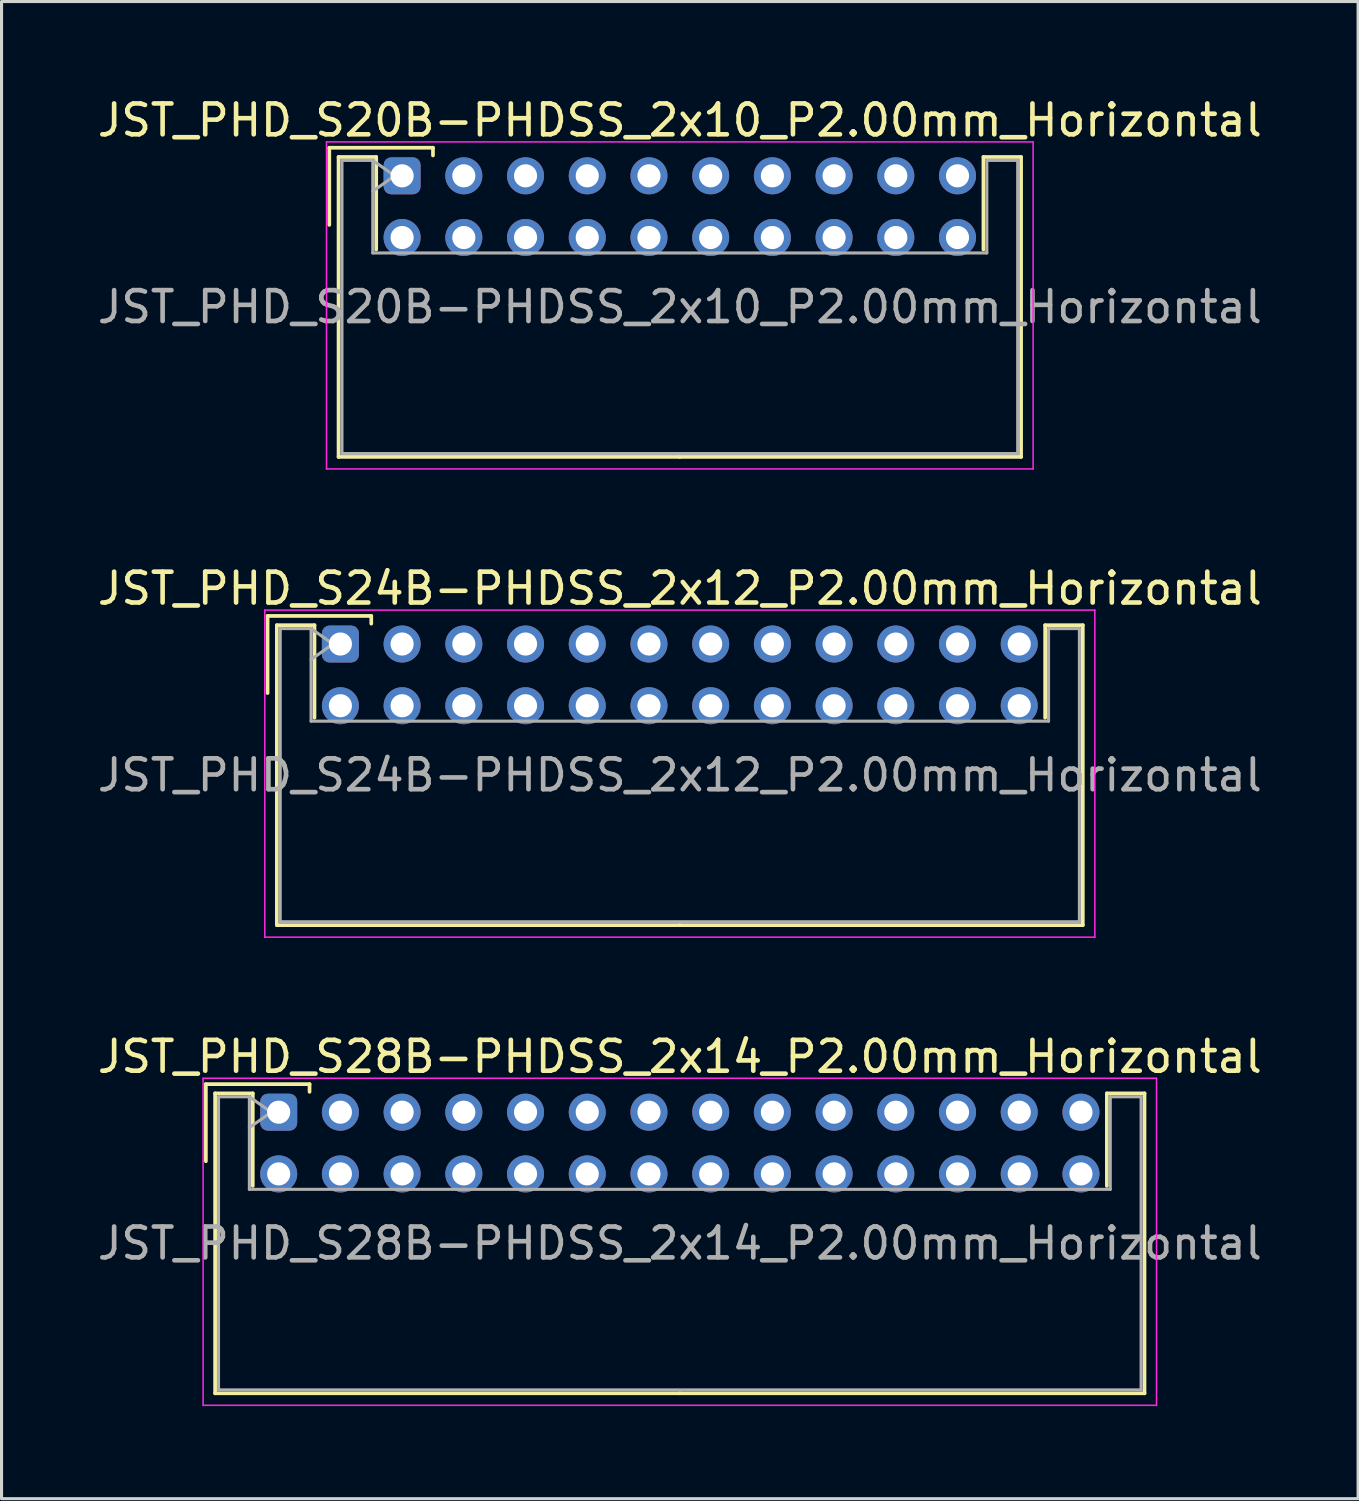
<source format=kicad_pcb>
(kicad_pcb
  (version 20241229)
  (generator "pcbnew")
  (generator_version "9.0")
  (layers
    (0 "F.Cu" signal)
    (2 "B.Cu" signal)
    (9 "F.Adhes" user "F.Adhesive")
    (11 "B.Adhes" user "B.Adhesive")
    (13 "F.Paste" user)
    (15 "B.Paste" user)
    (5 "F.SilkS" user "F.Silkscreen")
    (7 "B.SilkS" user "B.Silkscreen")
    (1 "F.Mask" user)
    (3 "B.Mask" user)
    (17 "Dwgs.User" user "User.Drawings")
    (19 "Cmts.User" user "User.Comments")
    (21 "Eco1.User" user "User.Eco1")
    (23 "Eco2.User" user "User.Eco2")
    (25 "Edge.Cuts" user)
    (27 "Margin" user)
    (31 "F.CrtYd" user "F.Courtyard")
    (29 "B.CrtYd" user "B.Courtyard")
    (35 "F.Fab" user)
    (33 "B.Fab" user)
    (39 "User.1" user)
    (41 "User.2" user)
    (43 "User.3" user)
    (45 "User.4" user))
  (footprint "JST_PHD_S20B-PHDSS_2x10_P2.00mm_Horizontal"
    (layer "F.Cu")
    (at 9.982 2.648)
    (property "Reference" "JST_PHD_S20B-PHDSS_2x10_P2.00mm_Horizontal" (at 9 -1.8 0) (layer "F.SilkS") (effects (font (size 1 1) (thickness 0.15))))
    (attr through_hole)
    (fp_line (start -2.36 -0.91) (end -2.36 1.59) (stroke (width 0.12) (type solid)) (layer "F.SilkS"))
    (fp_line (start -2.06 -0.61) (end -2.06 9.11) (stroke (width 0.12) (type solid)) (layer "F.SilkS"))
    (fp_line (start -2.06 9.11) (end 9 9.11) (stroke (width 0.12) (type solid)) (layer "F.SilkS"))
    (fp_line (start -0.84 -0.61) (end -2.06 -0.61) (stroke (width 0.12) (type solid)) (layer "F.SilkS"))
    (fp_line (start -0.84 2.39) (end -0.84 -0.61) (stroke (width 0.12) (type solid)) (layer "F.SilkS"))
    (fp_line (start 1 -0.91) (end -2.36 -0.91) (stroke (width 0.12) (type solid)) (layer "F.SilkS"))
    (fp_line (start 1 -0.66) (end 1 -0.91) (stroke (width 0.12) (type solid)) (layer "F.SilkS"))
    (fp_line (start 18.84 -0.61) (end 20.06 -0.61) (stroke (width 0.12) (type solid)) (layer "F.SilkS"))
    (fp_line (start 18.84 2.39) (end 18.84 -0.61) (stroke (width 0.12) (type solid)) (layer "F.SilkS"))
    (fp_line (start 20.06 -0.61) (end 20.06 9.11) (stroke (width 0.12) (type solid)) (layer "F.SilkS"))
    (fp_line (start 20.06 9.11) (end 9 9.11) (stroke (width 0.12) (type solid)) (layer "F.SilkS"))
    (fp_line (start -2.45 -1.1) (end -2.45 9.5) (stroke (width 0.05) (type solid)) (layer "F.CrtYd"))
    (fp_line (start -2.45 9.5) (end 20.45 9.5) (stroke (width 0.05) (type solid)) (layer "F.CrtYd"))
    (fp_line (start 20.45 -1.1) (end -2.45 -1.1) (stroke (width 0.05) (type solid)) (layer "F.CrtYd"))
    (fp_line (start 20.45 9.5) (end 20.45 -1.1) (stroke (width 0.05) (type solid)) (layer "F.CrtYd"))
    (fp_line (start -1.95 -0.5) (end -0.95 -0.5) (stroke (width 0.1) (type solid)) (layer "F.Fab"))
    (fp_line (start -1.95 9) (end -1.95 -0.5) (stroke (width 0.1) (type solid)) (layer "F.Fab"))
    (fp_line (start -0.95 -0.5) (end -0.95 2.5) (stroke (width 0.1) (type solid)) (layer "F.Fab"))
    (fp_line (start -0.95 -0.5) (end -0.243 0) (stroke (width 0.1) (type solid)) (layer "F.Fab"))
    (fp_line (start -0.95 2.5) (end 18.95 2.5) (stroke (width 0.1) (type solid)) (layer "F.Fab"))
    (fp_line (start -0.243 0) (end -0.95 0.5) (stroke (width 0.1) (type solid)) (layer "F.Fab"))
    (fp_line (start 18.95 -0.5) (end 19.95 -0.5) (stroke (width 0.1) (type solid)) (layer "F.Fab"))
    (fp_line (start 18.95 2.5) (end 18.95 -0.5) (stroke (width 0.1) (type solid)) (layer "F.Fab"))
    (fp_line (start 19.95 -0.5) (end 19.95 9) (stroke (width 0.1) (type solid)) (layer "F.Fab"))
    (fp_line (start 19.95 9) (end -1.95 9) (stroke (width 0.1) (type solid)) (layer "F.Fab"))
    (fp_text user "${REFERENCE}" (at 9 4.25 0) (layer "F.Fab") (effects (font (size 1 1) (thickness 0.15))))
    (pad "1" thru_hole roundrect (at 0 0) (size 1.2 1.2) (drill 0.75) (layers "*.Cu" "*.Mask") (roundrect_rratio 0.208))
    (pad "2" thru_hole circle (at 0 2) (size 1.2 1.2) (drill 0.75) (layers "*.Cu" "*.Mask"))
    (pad "3" thru_hole circle (at 2 0) (size 1.2 1.2) (drill 0.75) (layers "*.Cu" "*.Mask"))
    (pad "4" thru_hole circle (at 2 2) (size 1.2 1.2) (drill 0.75) (layers "*.Cu" "*.Mask"))
    (pad "5" thru_hole circle (at 4 0) (size 1.2 1.2) (drill 0.75) (layers "*.Cu" "*.Mask"))
    (pad "6" thru_hole circle (at 4 2) (size 1.2 1.2) (drill 0.75) (layers "*.Cu" "*.Mask"))
    (pad "7" thru_hole circle (at 6 0) (size 1.2 1.2) (drill 0.75) (layers "*.Cu" "*.Mask"))
    (pad "8" thru_hole circle (at 6 2) (size 1.2 1.2) (drill 0.75) (layers "*.Cu" "*.Mask"))
    (pad "9" thru_hole circle (at 8 0) (size 1.2 1.2) (drill 0.75) (layers "*.Cu" "*.Mask"))
    (pad "10" thru_hole circle (at 8 2) (size 1.2 1.2) (drill 0.75) (layers "*.Cu" "*.Mask"))
    (pad "11" thru_hole circle (at 10 0) (size 1.2 1.2) (drill 0.75) (layers "*.Cu" "*.Mask"))
    (pad "12" thru_hole circle (at 10 2) (size 1.2 1.2) (drill 0.75) (layers "*.Cu" "*.Mask"))
    (pad "13" thru_hole circle (at 12 0) (size 1.2 1.2) (drill 0.75) (layers "*.Cu" "*.Mask"))
    (pad "14" thru_hole circle (at 12 2) (size 1.2 1.2) (drill 0.75) (layers "*.Cu" "*.Mask"))
    (pad "15" thru_hole circle (at 14 0) (size 1.2 1.2) (drill 0.75) (layers "*.Cu" "*.Mask"))
    (pad "16" thru_hole circle (at 14 2) (size 1.2 1.2) (drill 0.75) (layers "*.Cu" "*.Mask"))
    (pad "17" thru_hole circle (at 16 0) (size 1.2 1.2) (drill 0.75) (layers "*.Cu" "*.Mask"))
    (pad "18" thru_hole circle (at 16 2) (size 1.2 1.2) (drill 0.75) (layers "*.Cu" "*.Mask"))
    (pad "19" thru_hole circle (at 18 0) (size 1.2 1.2) (drill 0.75) (layers "*.Cu" "*.Mask"))
    (pad "20" thru_hole circle (at 18 2) (size 1.2 1.2) (drill 0.75) (layers "*.Cu" "*.Mask")))
  (footprint "JST_PHD_S24B-PHDSS_2x12_P2.00mm_Horizontal"
    (layer "F.Cu")
    (at 7.982 17.822)
    (property "Reference" "JST_PHD_S24B-PHDSS_2x12_P2.00mm_Horizontal" (at 11 -1.8 0) (layer "F.SilkS") (effects (font (size 1 1) (thickness 0.15))))
    (attr through_hole)
    (fp_line (start -2.36 -0.91) (end -2.36 1.59) (stroke (width 0.12) (type solid)) (layer "F.SilkS"))
    (fp_line (start -2.06 -0.61) (end -2.06 9.11) (stroke (width 0.12) (type solid)) (layer "F.SilkS"))
    (fp_line (start -2.06 9.11) (end 11 9.11) (stroke (width 0.12) (type solid)) (layer "F.SilkS"))
    (fp_line (start -0.84 -0.61) (end -2.06 -0.61) (stroke (width 0.12) (type solid)) (layer "F.SilkS"))
    (fp_line (start -0.84 2.39) (end -0.84 -0.61) (stroke (width 0.12) (type solid)) (layer "F.SilkS"))
    (fp_line (start 1 -0.91) (end -2.36 -0.91) (stroke (width 0.12) (type solid)) (layer "F.SilkS"))
    (fp_line (start 1 -0.66) (end 1 -0.91) (stroke (width 0.12) (type solid)) (layer "F.SilkS"))
    (fp_line (start 22.84 -0.61) (end 24.06 -0.61) (stroke (width 0.12) (type solid)) (layer "F.SilkS"))
    (fp_line (start 22.84 2.39) (end 22.84 -0.61) (stroke (width 0.12) (type solid)) (layer "F.SilkS"))
    (fp_line (start 24.06 -0.61) (end 24.06 9.11) (stroke (width 0.12) (type solid)) (layer "F.SilkS"))
    (fp_line (start 24.06 9.11) (end 11 9.11) (stroke (width 0.12) (type solid)) (layer "F.SilkS"))
    (fp_line (start -2.45 -1.1) (end -2.45 9.5) (stroke (width 0.05) (type solid)) (layer "F.CrtYd"))
    (fp_line (start -2.45 9.5) (end 24.45 9.5) (stroke (width 0.05) (type solid)) (layer "F.CrtYd"))
    (fp_line (start 24.45 -1.1) (end -2.45 -1.1) (stroke (width 0.05) (type solid)) (layer "F.CrtYd"))
    (fp_line (start 24.45 9.5) (end 24.45 -1.1) (stroke (width 0.05) (type solid)) (layer "F.CrtYd"))
    (fp_line (start -1.95 -0.5) (end -0.95 -0.5) (stroke (width 0.1) (type solid)) (layer "F.Fab"))
    (fp_line (start -1.95 9) (end -1.95 -0.5) (stroke (width 0.1) (type solid)) (layer "F.Fab"))
    (fp_line (start -0.95 -0.5) (end -0.95 2.5) (stroke (width 0.1) (type solid)) (layer "F.Fab"))
    (fp_line (start -0.95 -0.5) (end -0.243 0) (stroke (width 0.1) (type solid)) (layer "F.Fab"))
    (fp_line (start -0.95 2.5) (end 22.95 2.5) (stroke (width 0.1) (type solid)) (layer "F.Fab"))
    (fp_line (start -0.243 0) (end -0.95 0.5) (stroke (width 0.1) (type solid)) (layer "F.Fab"))
    (fp_line (start 22.95 -0.5) (end 23.95 -0.5) (stroke (width 0.1) (type solid)) (layer "F.Fab"))
    (fp_line (start 22.95 2.5) (end 22.95 -0.5) (stroke (width 0.1) (type solid)) (layer "F.Fab"))
    (fp_line (start 23.95 -0.5) (end 23.95 9) (stroke (width 0.1) (type solid)) (layer "F.Fab"))
    (fp_line (start 23.95 9) (end -1.95 9) (stroke (width 0.1) (type solid)) (layer "F.Fab"))
    (fp_text user "${REFERENCE}" (at 11 4.25 0) (layer "F.Fab") (effects (font (size 1 1) (thickness 0.15))))
    (pad "1" thru_hole roundrect (at 0 0) (size 1.2 1.2) (drill 0.75) (layers "*.Cu" "*.Mask") (roundrect_rratio 0.208))
    (pad "2" thru_hole circle (at 0 2) (size 1.2 1.2) (drill 0.75) (layers "*.Cu" "*.Mask"))
    (pad "3" thru_hole circle (at 2 0) (size 1.2 1.2) (drill 0.75) (layers "*.Cu" "*.Mask"))
    (pad "4" thru_hole circle (at 2 2) (size 1.2 1.2) (drill 0.75) (layers "*.Cu" "*.Mask"))
    (pad "5" thru_hole circle (at 4 0) (size 1.2 1.2) (drill 0.75) (layers "*.Cu" "*.Mask"))
    (pad "6" thru_hole circle (at 4 2) (size 1.2 1.2) (drill 0.75) (layers "*.Cu" "*.Mask"))
    (pad "7" thru_hole circle (at 6 0) (size 1.2 1.2) (drill 0.75) (layers "*.Cu" "*.Mask"))
    (pad "8" thru_hole circle (at 6 2) (size 1.2 1.2) (drill 0.75) (layers "*.Cu" "*.Mask"))
    (pad "9" thru_hole circle (at 8 0) (size 1.2 1.2) (drill 0.75) (layers "*.Cu" "*.Mask"))
    (pad "10" thru_hole circle (at 8 2) (size 1.2 1.2) (drill 0.75) (layers "*.Cu" "*.Mask"))
    (pad "11" thru_hole circle (at 10 0) (size 1.2 1.2) (drill 0.75) (layers "*.Cu" "*.Mask"))
    (pad "12" thru_hole circle (at 10 2) (size 1.2 1.2) (drill 0.75) (layers "*.Cu" "*.Mask"))
    (pad "13" thru_hole circle (at 12 0) (size 1.2 1.2) (drill 0.75) (layers "*.Cu" "*.Mask"))
    (pad "14" thru_hole circle (at 12 2) (size 1.2 1.2) (drill 0.75) (layers "*.Cu" "*.Mask"))
    (pad "15" thru_hole circle (at 14 0) (size 1.2 1.2) (drill 0.75) (layers "*.Cu" "*.Mask"))
    (pad "16" thru_hole circle (at 14 2) (size 1.2 1.2) (drill 0.75) (layers "*.Cu" "*.Mask"))
    (pad "17" thru_hole circle (at 16 0) (size 1.2 1.2) (drill 0.75) (layers "*.Cu" "*.Mask"))
    (pad "18" thru_hole circle (at 16 2) (size 1.2 1.2) (drill 0.75) (layers "*.Cu" "*.Mask"))
    (pad "19" thru_hole circle (at 18 0) (size 1.2 1.2) (drill 0.75) (layers "*.Cu" "*.Mask"))
    (pad "20" thru_hole circle (at 18 2) (size 1.2 1.2) (drill 0.75) (layers "*.Cu" "*.Mask"))
    (pad "21" thru_hole circle (at 20 0) (size 1.2 1.2) (drill 0.75) (layers "*.Cu" "*.Mask"))
    (pad "22" thru_hole circle (at 20 2) (size 1.2 1.2) (drill 0.75) (layers "*.Cu" "*.Mask"))
    (pad "23" thru_hole circle (at 22 0) (size 1.2 1.2) (drill 0.75) (layers "*.Cu" "*.Mask"))
    (pad "24" thru_hole circle (at 22 2) (size 1.2 1.2) (drill 0.75) (layers "*.Cu" "*.Mask")))
  (footprint "JST_PHD_S28B-PHDSS_2x14_P2.00mm_Horizontal"
    (layer "F.Cu")
    (at 5.982 32.995)
    (property "Reference" "JST_PHD_S28B-PHDSS_2x14_P2.00mm_Horizontal" (at 13 -1.8 0) (layer "F.SilkS") (effects (font (size 1 1) (thickness 0.15))))
    (attr through_hole)
    (fp_line (start -2.36 -0.91) (end -2.36 1.59) (stroke (width 0.12) (type solid)) (layer "F.SilkS"))
    (fp_line (start -2.06 -0.61) (end -2.06 9.11) (stroke (width 0.12) (type solid)) (layer "F.SilkS"))
    (fp_line (start -2.06 9.11) (end 13 9.11) (stroke (width 0.12) (type solid)) (layer "F.SilkS"))
    (fp_line (start -0.84 -0.61) (end -2.06 -0.61) (stroke (width 0.12) (type solid)) (layer "F.SilkS"))
    (fp_line (start -0.84 2.39) (end -0.84 -0.61) (stroke (width 0.12) (type solid)) (layer "F.SilkS"))
    (fp_line (start 1 -0.91) (end -2.36 -0.91) (stroke (width 0.12) (type solid)) (layer "F.SilkS"))
    (fp_line (start 1 -0.66) (end 1 -0.91) (stroke (width 0.12) (type solid)) (layer "F.SilkS"))
    (fp_line (start 26.84 -0.61) (end 28.06 -0.61) (stroke (width 0.12) (type solid)) (layer "F.SilkS"))
    (fp_line (start 26.84 2.39) (end 26.84 -0.61) (stroke (width 0.12) (type solid)) (layer "F.SilkS"))
    (fp_line (start 28.06 -0.61) (end 28.06 9.11) (stroke (width 0.12) (type solid)) (layer "F.SilkS"))
    (fp_line (start 28.06 9.11) (end 13 9.11) (stroke (width 0.12) (type solid)) (layer "F.SilkS"))
    (fp_line (start -2.45 -1.1) (end -2.45 9.5) (stroke (width 0.05) (type solid)) (layer "F.CrtYd"))
    (fp_line (start -2.45 9.5) (end 28.45 9.5) (stroke (width 0.05) (type solid)) (layer "F.CrtYd"))
    (fp_line (start 28.45 -1.1) (end -2.45 -1.1) (stroke (width 0.05) (type solid)) (layer "F.CrtYd"))
    (fp_line (start 28.45 9.5) (end 28.45 -1.1) (stroke (width 0.05) (type solid)) (layer "F.CrtYd"))
    (fp_line (start -1.95 -0.5) (end -0.95 -0.5) (stroke (width 0.1) (type solid)) (layer "F.Fab"))
    (fp_line (start -1.95 9) (end -1.95 -0.5) (stroke (width 0.1) (type solid)) (layer "F.Fab"))
    (fp_line (start -0.95 -0.5) (end -0.95 2.5) (stroke (width 0.1) (type solid)) (layer "F.Fab"))
    (fp_line (start -0.95 -0.5) (end -0.243 0) (stroke (width 0.1) (type solid)) (layer "F.Fab"))
    (fp_line (start -0.95 2.5) (end 26.95 2.5) (stroke (width 0.1) (type solid)) (layer "F.Fab"))
    (fp_line (start -0.243 0) (end -0.95 0.5) (stroke (width 0.1) (type solid)) (layer "F.Fab"))
    (fp_line (start 26.95 -0.5) (end 27.95 -0.5) (stroke (width 0.1) (type solid)) (layer "F.Fab"))
    (fp_line (start 26.95 2.5) (end 26.95 -0.5) (stroke (width 0.1) (type solid)) (layer "F.Fab"))
    (fp_line (start 27.95 -0.5) (end 27.95 9) (stroke (width 0.1) (type solid)) (layer "F.Fab"))
    (fp_line (start 27.95 9) (end -1.95 9) (stroke (width 0.1) (type solid)) (layer "F.Fab"))
    (fp_text user "${REFERENCE}" (at 13 4.25 0) (layer "F.Fab") (effects (font (size 1 1) (thickness 0.15))))
    (pad "1" thru_hole roundrect (at 0 0) (size 1.2 1.2) (drill 0.75) (layers "*.Cu" "*.Mask") (roundrect_rratio 0.208))
    (pad "2" thru_hole circle (at 0 2) (size 1.2 1.2) (drill 0.75) (layers "*.Cu" "*.Mask"))
    (pad "3" thru_hole circle (at 2 0) (size 1.2 1.2) (drill 0.75) (layers "*.Cu" "*.Mask"))
    (pad "4" thru_hole circle (at 2 2) (size 1.2 1.2) (drill 0.75) (layers "*.Cu" "*.Mask"))
    (pad "5" thru_hole circle (at 4 0) (size 1.2 1.2) (drill 0.75) (layers "*.Cu" "*.Mask"))
    (pad "6" thru_hole circle (at 4 2) (size 1.2 1.2) (drill 0.75) (layers "*.Cu" "*.Mask"))
    (pad "7" thru_hole circle (at 6 0) (size 1.2 1.2) (drill 0.75) (layers "*.Cu" "*.Mask"))
    (pad "8" thru_hole circle (at 6 2) (size 1.2 1.2) (drill 0.75) (layers "*.Cu" "*.Mask"))
    (pad "9" thru_hole circle (at 8 0) (size 1.2 1.2) (drill 0.75) (layers "*.Cu" "*.Mask"))
    (pad "10" thru_hole circle (at 8 2) (size 1.2 1.2) (drill 0.75) (layers "*.Cu" "*.Mask"))
    (pad "11" thru_hole circle (at 10 0) (size 1.2 1.2) (drill 0.75) (layers "*.Cu" "*.Mask"))
    (pad "12" thru_hole circle (at 10 2) (size 1.2 1.2) (drill 0.75) (layers "*.Cu" "*.Mask"))
    (pad "13" thru_hole circle (at 12 0) (size 1.2 1.2) (drill 0.75) (layers "*.Cu" "*.Mask"))
    (pad "14" thru_hole circle (at 12 2) (size 1.2 1.2) (drill 0.75) (layers "*.Cu" "*.Mask"))
    (pad "15" thru_hole circle (at 14 0) (size 1.2 1.2) (drill 0.75) (layers "*.Cu" "*.Mask"))
    (pad "16" thru_hole circle (at 14 2) (size 1.2 1.2) (drill 0.75) (layers "*.Cu" "*.Mask"))
    (pad "17" thru_hole circle (at 16 0) (size 1.2 1.2) (drill 0.75) (layers "*.Cu" "*.Mask"))
    (pad "18" thru_hole circle (at 16 2) (size 1.2 1.2) (drill 0.75) (layers "*.Cu" "*.Mask"))
    (pad "19" thru_hole circle (at 18 0) (size 1.2 1.2) (drill 0.75) (layers "*.Cu" "*.Mask"))
    (pad "20" thru_hole circle (at 18 2) (size 1.2 1.2) (drill 0.75) (layers "*.Cu" "*.Mask"))
    (pad "21" thru_hole circle (at 20 0) (size 1.2 1.2) (drill 0.75) (layers "*.Cu" "*.Mask"))
    (pad "22" thru_hole circle (at 20 2) (size 1.2 1.2) (drill 0.75) (layers "*.Cu" "*.Mask"))
    (pad "23" thru_hole circle (at 22 0) (size 1.2 1.2) (drill 0.75) (layers "*.Cu" "*.Mask"))
    (pad "24" thru_hole circle (at 22 2) (size 1.2 1.2) (drill 0.75) (layers "*.Cu" "*.Mask"))
    (pad "25" thru_hole circle (at 24 0) (size 1.2 1.2) (drill 0.75) (layers "*.Cu" "*.Mask"))
    (pad "26" thru_hole circle (at 24 2) (size 1.2 1.2) (drill 0.75) (layers "*.Cu" "*.Mask"))
    (pad "27" thru_hole circle (at 26 0) (size 1.2 1.2) (drill 0.75) (layers "*.Cu" "*.Mask"))
    (pad "28" thru_hole circle (at 26 2) (size 1.2 1.2) (drill 0.75) (layers "*.Cu" "*.Mask")))
  (gr_rect
    (start -3 -3)
    (end 40.964 45.52)
    (stroke (width 0.1) (type default))
    (fill no)
    (layer "Edge.Cuts")))
</source>
